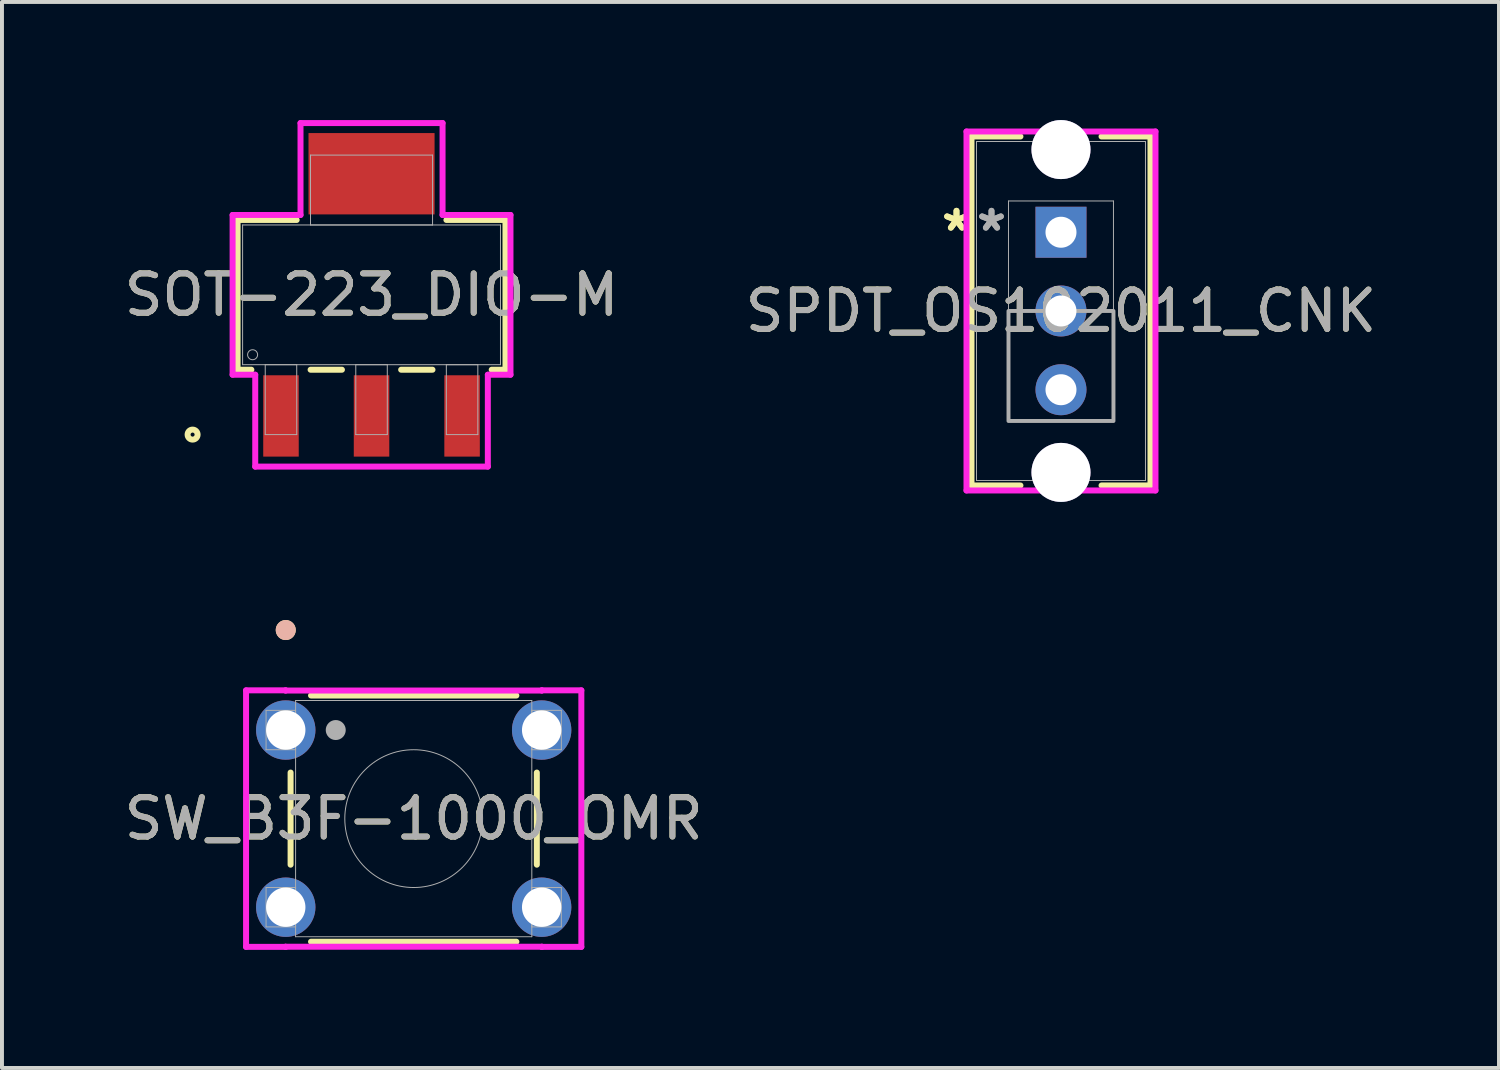
<source format=kicad_pcb>
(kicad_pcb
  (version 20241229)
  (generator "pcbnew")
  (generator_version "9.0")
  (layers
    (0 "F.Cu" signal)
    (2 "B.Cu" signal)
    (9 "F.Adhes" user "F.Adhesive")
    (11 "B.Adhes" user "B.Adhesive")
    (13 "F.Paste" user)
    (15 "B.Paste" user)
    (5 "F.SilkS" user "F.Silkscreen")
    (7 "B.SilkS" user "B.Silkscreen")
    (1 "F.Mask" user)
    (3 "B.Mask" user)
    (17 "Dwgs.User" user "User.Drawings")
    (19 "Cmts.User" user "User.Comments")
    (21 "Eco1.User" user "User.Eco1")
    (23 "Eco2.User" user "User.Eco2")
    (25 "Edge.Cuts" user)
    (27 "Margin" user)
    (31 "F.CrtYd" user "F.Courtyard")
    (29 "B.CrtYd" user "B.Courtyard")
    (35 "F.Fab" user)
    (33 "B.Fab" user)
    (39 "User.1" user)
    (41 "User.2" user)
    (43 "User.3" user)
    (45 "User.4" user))
  (footprint "SOT-223_DIO-M"
    (layer "F.Cu")
    (at 6.387 4.439)
    (property "Reference" "SOT-223_DIO-M" (at 0 0 0) (unlocked yes) (layer "F.SilkS") (effects (font (size 1 1) (thickness 0.15))))
    (attr smd)
    (fp_line (start -3.402 -1.902) (end -3.402 1.902) (stroke (width 0.152) (type solid)) (layer "F.SilkS"))
    (fp_line (start -3.402 1.902) (end -3.052 1.902) (stroke (width 0.152) (type solid)) (layer "F.SilkS"))
    (fp_line (start -1.902 -1.902) (end -3.402 -1.902) (stroke (width 0.152) (type solid)) (layer "F.SilkS"))
    (fp_line (start -1.548 1.902) (end -0.752 1.902) (stroke (width 0.152) (type solid)) (layer "F.SilkS"))
    (fp_line (start 0.752 1.902) (end 1.548 1.902) (stroke (width 0.152) (type solid)) (layer "F.SilkS"))
    (fp_line (start 3.052 1.902) (end 3.402 1.902) (stroke (width 0.152) (type solid)) (layer "F.SilkS"))
    (fp_line (start 3.402 -1.902) (end 1.902 -1.902) (stroke (width 0.152) (type solid)) (layer "F.SilkS"))
    (fp_line (start 3.402 1.902) (end 3.402 -1.902) (stroke (width 0.152) (type solid)) (layer "F.SilkS"))
    (fp_circle (center -4.545 3.55) (end -4.418 3.55) (stroke (width 0.152) (type solid)) (fill no) (layer "F.SilkS"))
    (fp_line (start -3.529 -2.029) (end -1.804 -2.029) (stroke (width 0.152) (type solid)) (layer "F.CrtYd"))
    (fp_line (start -3.529 2.029) (end -3.529 -2.029) (stroke (width 0.152) (type solid)) (layer "F.CrtYd"))
    (fp_line (start -2.954 2.029) (end -3.529 2.029) (stroke (width 0.152) (type solid)) (layer "F.CrtYd"))
    (fp_line (start -2.954 4.363) (end -2.954 2.029) (stroke (width 0.152) (type solid)) (layer "F.CrtYd"))
    (fp_line (start -1.804 -4.363) (end 1.804 -4.363) (stroke (width 0.152) (type solid)) (layer "F.CrtYd"))
    (fp_line (start -1.804 -2.029) (end -1.804 -4.363) (stroke (width 0.152) (type solid)) (layer "F.CrtYd"))
    (fp_line (start 1.804 -4.363) (end 1.804 -2.029) (stroke (width 0.152) (type solid)) (layer "F.CrtYd"))
    (fp_line (start 1.804 -2.029) (end 3.529 -2.029) (stroke (width 0.152) (type solid)) (layer "F.CrtYd"))
    (fp_line (start 2.954 2.029) (end 2.954 4.363) (stroke (width 0.152) (type solid)) (layer "F.CrtYd"))
    (fp_line (start 2.954 4.363) (end -2.954 4.363) (stroke (width 0.152) (type solid)) (layer "F.CrtYd"))
    (fp_line (start 3.529 -2.029) (end 3.529 2.029) (stroke (width 0.152) (type solid)) (layer "F.CrtYd"))
    (fp_line (start 3.529 2.029) (end 2.954 2.029) (stroke (width 0.152) (type solid)) (layer "F.CrtYd"))
    (fp_line (start -3.275 -1.775) (end -3.275 1.775) (stroke (width 0.025) (type solid)) (layer "F.Fab"))
    (fp_line (start -3.275 1.775) (end 3.275 1.775) (stroke (width 0.025) (type solid)) (layer "F.Fab"))
    (fp_line (start -2.7 1.775) (end -2.7 3.55) (stroke (width 0.025) (type solid)) (layer "F.Fab"))
    (fp_line (start -2.7 3.55) (end -1.9 3.55) (stroke (width 0.025) (type solid)) (layer "F.Fab"))
    (fp_line (start -1.9 1.775) (end -2.7 1.775) (stroke (width 0.025) (type solid)) (layer "F.Fab"))
    (fp_line (start -1.9 3.55) (end -1.9 1.775) (stroke (width 0.025) (type solid)) (layer "F.Fab"))
    (fp_line (start -1.55 -3.55) (end -1.55 -1.775) (stroke (width 0.025) (type solid)) (layer "F.Fab"))
    (fp_line (start -1.55 -1.775) (end 1.55 -1.775) (stroke (width 0.025) (type solid)) (layer "F.Fab"))
    (fp_line (start -0.4 1.775) (end -0.4 3.55) (stroke (width 0.025) (type solid)) (layer "F.Fab"))
    (fp_line (start -0.4 3.55) (end 0.4 3.55) (stroke (width 0.025) (type solid)) (layer "F.Fab"))
    (fp_line (start 0.4 1.775) (end -0.4 1.775) (stroke (width 0.025) (type solid)) (layer "F.Fab"))
    (fp_line (start 0.4 3.55) (end 0.4 1.775) (stroke (width 0.025) (type solid)) (layer "F.Fab"))
    (fp_line (start 1.55 -3.55) (end -1.55 -3.55) (stroke (width 0.025) (type solid)) (layer "F.Fab"))
    (fp_line (start 1.55 -1.775) (end 1.55 -3.55) (stroke (width 0.025) (type solid)) (layer "F.Fab"))
    (fp_line (start 1.9 1.775) (end 1.9 3.55) (stroke (width 0.025) (type solid)) (layer "F.Fab"))
    (fp_line (start 1.9 3.55) (end 2.7 3.55) (stroke (width 0.025) (type solid)) (layer "F.Fab"))
    (fp_line (start 2.7 1.775) (end 1.9 1.775) (stroke (width 0.025) (type solid)) (layer "F.Fab"))
    (fp_line (start 2.7 3.55) (end 2.7 1.775) (stroke (width 0.025) (type solid)) (layer "F.Fab"))
    (fp_line (start 3.275 -1.775) (end -3.275 -1.775) (stroke (width 0.025) (type solid)) (layer "F.Fab"))
    (fp_line (start 3.275 1.775) (end 3.275 -1.775) (stroke (width 0.025) (type solid)) (layer "F.Fab"))
    (fp_circle (center -3.021 1.521) (end -2.894 1.521) (stroke (width 0.025) (type solid)) (fill no) (layer "F.Fab"))
    (fp_text user "${REFERENCE}" (at 0 0 0) (unlocked yes) (layer "F.Fab") (effects (font (size 1 1) (thickness 0.15))))
    (pad "1" smd rect (at -2.3 3.076) (size 0.902 2.066) (layers "F.Cu" "F.Mask" "F.Paste"))
    (pad "2" smd rect (at 0 3.076) (size 0.902 2.066) (layers "F.Cu" "F.Mask" "F.Paste"))
    (pad "3" smd rect (at 2.3 3.076) (size 0.902 2.066) (layers "F.Cu" "F.Mask" "F.Paste"))
    (pad "4" smd rect (at 0 -3.076) (size 3.202 2.066) (layers "F.Cu" "F.Mask" "F.Paste")))
  (footprint "SPDT_OS102011_CNK"
    (layer "F.Cu")
    (at 23.899 2.849)
    (property "Reference" "SPDT_OS102011_CNK" (at 0 2 0) (unlocked yes) (layer "F.SilkS") (effects (font (size 1 1) (thickness 0.15))))
    (attr through_hole)
    (fp_line (start -2.273 -2.432) (end -2.273 6.432) (stroke (width 0.152) (type solid)) (layer "F.SilkS"))
    (fp_line (start -2.273 6.432) (end -1.03 6.432) (stroke (width 0.152) (type solid)) (layer "F.SilkS"))
    (fp_line (start -1.03 -2.432) (end -2.273 -2.432) (stroke (width 0.152) (type solid)) (layer "F.SilkS"))
    (fp_line (start 1.03 6.432) (end 2.273 6.432) (stroke (width 0.152) (type solid)) (layer "F.SilkS"))
    (fp_line (start 2.273 -2.432) (end 1.03 -2.432) (stroke (width 0.152) (type solid)) (layer "F.SilkS"))
    (fp_line (start 2.273 6.432) (end 2.273 -2.432) (stroke (width 0.152) (type solid)) (layer "F.SilkS"))
    (fp_line (start -2.4 -2.559) (end -2.4 6.559) (stroke (width 0.152) (type solid)) (layer "F.CrtYd"))
    (fp_line (start -2.4 6.559) (end 2.4 6.559) (stroke (width 0.152) (type solid)) (layer "F.CrtYd"))
    (fp_line (start 2.4 -2.559) (end -2.4 -2.559) (stroke (width 0.152) (type solid)) (layer "F.CrtYd"))
    (fp_line (start 2.4 6.559) (end 2.4 -2.559) (stroke (width 0.152) (type solid)) (layer "F.CrtYd"))
    (fp_line (start -2.146 -2.305) (end -2.146 6.305) (stroke (width 0.025) (type solid)) (layer "F.Fab"))
    (fp_line (start -2.146 6.305) (end 2.146 6.305) (stroke (width 0.025) (type solid)) (layer "F.Fab"))
    (fp_line (start -1.333 -0.794) (end 1.333 -0.794) (stroke (width 0.025) (type solid)) (layer "F.Fab"))
    (fp_line (start -1.333 4.794) (end -1.333 -0.794) (stroke (width 0.025) (type solid)) (layer "F.Fab"))
    (fp_line (start 1.333 -0.794) (end 1.333 4.794) (stroke (width 0.025) (type solid)) (layer "F.Fab"))
    (fp_line (start 1.333 4.794) (end -1.333 4.794) (stroke (width 0.025) (type solid)) (layer "F.Fab"))
    (fp_line (start 2.146 -2.305) (end -2.146 -2.305) (stroke (width 0.025) (type solid)) (layer "F.Fab"))
    (fp_line (start 2.146 6.305) (end 2.146 -2.305) (stroke (width 0.025) (type solid)) (layer "F.Fab"))
    (fp_poly (pts (xy -1.333 4.794) (xy -1.333 2) (xy 1.333 2) (xy 1.333 4.794)) (stroke (width 0.1) (type solid)) (fill no) (layer "F.Fab"))
    (fp_text user "*" (at -2.654 0 0) (layer "F.SilkS") (effects (font (size 1 1) (thickness 0.15))))
    (fp_text user "*" (at -2.654 0 0) (unlocked yes) (layer "F.SilkS") (effects (font (size 1 1) (thickness 0.15))))
    (fp_text user "*" (at -1.765 0 0) (layer "F.Fab") (effects (font (size 1 1) (thickness 0.15))))
    (fp_text user "${REFERENCE}" (at 0 2 0) (unlocked yes) (layer "F.Fab") (effects (font (size 1 1) (thickness 0.15))))
    (fp_text user "*" (at -1.765 0 0) (unlocked yes) (layer "F.Fab") (effects (font (size 1 1) (thickness 0.15))))
    (pad "1" thru_hole rect (at 0 -0.000001) (size 1.295 1.295) (drill 0.787) (layers "*.Cu" "*.Mask"))
    (pad "2" thru_hole circle (at 0 2) (size 1.295 1.295) (drill 0.787) (layers "*.Cu" "*.Mask"))
    (pad "3" thru_hole circle (at 0 4) (size 1.295 1.295) (drill 0.787) (layers "*.Cu" "*.Mask"))
    (pad "4" thru_hole circle (at 0 -2.1 90) (size 1.499 1.499) (drill 1.499) (layers "*.Cu" "*.Mask"))
    (pad "5" thru_hole circle (at 0 6.1 90) (size 1.499 1.499) (drill 1.499) (layers "*.Cu" "*.Mask")))
  (footprint "SW_B3F-1000_OMR"
    (layer "F.Cu")
    (at 4.208 15.493)
    (property "Reference" "SW_B3F-1000_OMR" (at 3.25 2.25 0) (unlocked yes) (layer "F.SilkS") (effects (font (size 1 1) (thickness 0.15))))
    (attr through_hole)
    (fp_line (start 0.123 1.08) (end 0.123 3.42) (stroke (width 0.152) (type solid)) (layer "F.SilkS"))
    (fp_line (start 0.642 5.377) (end 5.858 5.377) (stroke (width 0.152) (type solid)) (layer "F.SilkS"))
    (fp_line (start 5.858 -0.877) (end 0.642 -0.877) (stroke (width 0.152) (type solid)) (layer "F.SilkS"))
    (fp_line (start 6.377 3.42) (end 6.377 1.08) (stroke (width 0.152) (type solid)) (layer "F.SilkS"))
    (fp_circle (center 0 -2.54) (end 0.127 -2.54) (stroke (width 0.254) (type solid)) (fill no) (layer "F.SilkS"))
    (fp_circle (center 0 -2.54) (end 0.127 -2.54) (stroke (width 0.254) (type solid)) (fill no) (layer "B.SilkS"))
    (fp_line (start -1.008 -1.008) (end -0.004 -1.008) (stroke (width 0.152) (type solid)) (layer "F.CrtYd"))
    (fp_line (start -1.008 5.508) (end -1.008 -1.008) (stroke (width 0.152) (type solid)) (layer "F.CrtYd"))
    (fp_line (start -1.008 5.508) (end -0.004 5.508) (stroke (width 0.152) (type solid)) (layer "F.CrtYd"))
    (fp_line (start -0.004 -1.008) (end -0.004 -1.004) (stroke (width 0.152) (type solid)) (layer "F.CrtYd"))
    (fp_line (start -0.004 -1.004) (end 6.504 -1.004) (stroke (width 0.152) (type solid)) (layer "F.CrtYd"))
    (fp_line (start -0.004 5.504) (end -0.004 5.508) (stroke (width 0.152) (type solid)) (layer "F.CrtYd"))
    (fp_line (start 6.504 -1.004) (end 6.504 -1.008) (stroke (width 0.152) (type solid)) (layer "F.CrtYd"))
    (fp_line (start 6.504 5.504) (end -0.004 5.504) (stroke (width 0.152) (type solid)) (layer "F.CrtYd"))
    (fp_line (start 6.504 5.508) (end 6.504 5.504) (stroke (width 0.152) (type solid)) (layer "F.CrtYd"))
    (fp_line (start 7.508 -1.008) (end 6.504 -1.008) (stroke (width 0.152) (type solid)) (layer "F.CrtYd"))
    (fp_line (start 7.508 -1.008) (end 7.508 5.508) (stroke (width 0.152) (type solid)) (layer "F.CrtYd"))
    (fp_line (start 7.508 5.508) (end 6.504 5.508) (stroke (width 0.152) (type solid)) (layer "F.CrtYd"))
    (fp_line (start -0.5 -0.5) (end -0.5 0.5) (stroke (width 0.025) (type solid)) (layer "F.Fab"))
    (fp_line (start -0.5 0.5) (end 0.25 0.5) (stroke (width 0.025) (type solid)) (layer "F.Fab"))
    (fp_line (start -0.5 4) (end -0.5 5) (stroke (width 0.025) (type solid)) (layer "F.Fab"))
    (fp_line (start -0.5 5) (end 0.25 5) (stroke (width 0.025) (type solid)) (layer "F.Fab"))
    (fp_line (start 0.25 -0.75) (end 0.25 5.25) (stroke (width 0.025) (type solid)) (layer "F.Fab"))
    (fp_line (start 0.25 5.25) (end 6.25 5.25) (stroke (width 0.025) (type solid)) (layer "F.Fab"))
    (fp_line (start 0.25 -0.5) (end -0.5 -0.5) (stroke (width 0.025) (type solid)) (layer "F.Fab"))
    (fp_line (start 0.25 0.5) (end 0.25 -0.5) (stroke (width 0.025) (type solid)) (layer "F.Fab"))
    (fp_line (start 0.25 4) (end -0.5 4) (stroke (width 0.025) (type solid)) (layer "F.Fab"))
    (fp_line (start 0.25 5) (end 0.25 4) (stroke (width 0.025) (type solid)) (layer "F.Fab"))
    (fp_line (start 6.25 -0.5) (end 6.25 0.5) (stroke (width 0.025) (type solid)) (layer "F.Fab"))
    (fp_line (start 6.25 0.5) (end 7 0.5) (stroke (width 0.025) (type solid)) (layer "F.Fab"))
    (fp_line (start 6.25 4) (end 6.25 5) (stroke (width 0.025) (type solid)) (layer "F.Fab"))
    (fp_line (start 6.25 5) (end 7 5) (stroke (width 0.025) (type solid)) (layer "F.Fab"))
    (fp_line (start 6.25 -0.75) (end 0.25 -0.75) (stroke (width 0.025) (type solid)) (layer "F.Fab"))
    (fp_line (start 6.25 5.25) (end 6.25 -0.75) (stroke (width 0.025) (type solid)) (layer "F.Fab"))
    (fp_line (start 7 -0.5) (end 6.25 -0.5) (stroke (width 0.025) (type solid)) (layer "F.Fab"))
    (fp_line (start 7 0.5) (end 7 -0.5) (stroke (width 0.025) (type solid)) (layer "F.Fab"))
    (fp_line (start 7 4) (end 6.25 4) (stroke (width 0.025) (type solid)) (layer "F.Fab"))
    (fp_line (start 7 5) (end 7 4) (stroke (width 0.025) (type solid)) (layer "F.Fab"))
    (fp_circle (center 1.27 0) (end 1.397 0) (stroke (width 0.254) (type solid)) (fill no) (layer "F.Fab"))
    (fp_circle (center 3.25 2.25) (end 5 2.25) (stroke (width 0.025) (type solid)) (fill no) (layer "F.Fab"))
    (fp_text user "${REFERENCE}" (at 3.25 2.25 0) (unlocked yes) (layer "F.Fab") (effects (font (size 1 1) (thickness 0.15))))
    (pad "1" thru_hole circle (at 0 0) (size 1.508 1.508) (drill 1) (layers "*.Cu" "*.Mask"))
    (pad "2" thru_hole circle (at 6.5 0) (size 1.508 1.508) (drill 1) (layers "*.Cu" "*.Mask"))
    (pad "3" thru_hole circle (at 0 4.5) (size 1.508 1.508) (drill 1) (layers "*.Cu" "*.Mask"))
    (pad "4" thru_hole circle (at 6.5 4.5) (size 1.508 1.508) (drill 1) (layers "*.Cu" "*.Mask")))
  (gr_rect
    (start -3 -3)
    (end 35.024 24.077)
    (stroke (width 0.1) (type default))
    (fill no)
    (layer "Edge.Cuts")))
</source>
